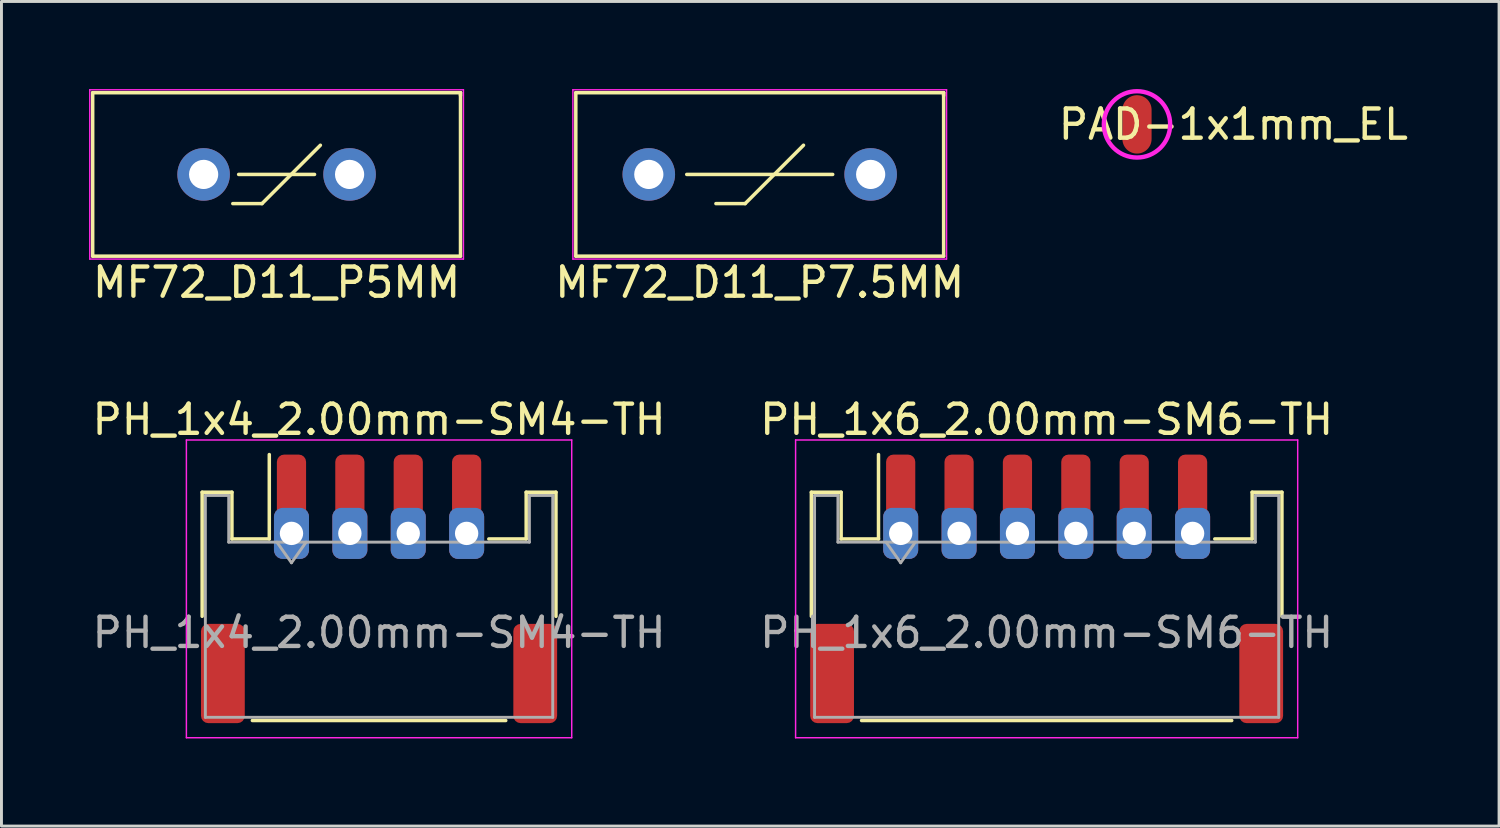
<source format=kicad_pcb>
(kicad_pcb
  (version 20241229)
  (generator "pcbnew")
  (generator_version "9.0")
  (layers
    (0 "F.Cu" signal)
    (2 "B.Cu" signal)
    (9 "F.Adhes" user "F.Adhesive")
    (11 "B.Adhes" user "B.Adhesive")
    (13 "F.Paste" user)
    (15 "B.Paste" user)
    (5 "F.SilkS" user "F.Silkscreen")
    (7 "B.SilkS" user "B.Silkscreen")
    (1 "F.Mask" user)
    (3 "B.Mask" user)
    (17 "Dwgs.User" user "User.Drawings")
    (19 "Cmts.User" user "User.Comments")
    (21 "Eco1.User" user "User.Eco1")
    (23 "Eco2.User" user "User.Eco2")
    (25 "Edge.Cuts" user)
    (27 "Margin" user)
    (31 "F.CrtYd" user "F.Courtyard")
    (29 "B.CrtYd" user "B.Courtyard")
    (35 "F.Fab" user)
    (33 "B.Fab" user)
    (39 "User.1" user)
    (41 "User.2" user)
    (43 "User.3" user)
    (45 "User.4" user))
  (footprint "PH_1x6_2.00mm-SM6-TH"
    (layer "F.Cu")
    (at 32.804 17.122)
    (property "Reference" "PH_1x6_2.00mm-SM6-TH" (at 0 -5.8 0) (layer "F.SilkS") (effects (font (size 1 1) (thickness 0.15))))
    (attr smd)
    (fp_line (start -8.06 -3.31) (end -7.04 -3.31) (stroke (width 0.12) (type solid)) (layer "F.SilkS"))
    (fp_line (start -8.06 0.94) (end -8.06 -3.31) (stroke (width 0.12) (type solid)) (layer "F.SilkS"))
    (fp_line (start -7.04 -3.31) (end -7.04 -1.71) (stroke (width 0.12) (type solid)) (layer "F.SilkS"))
    (fp_line (start -7.04 -1.71) (end -5.76 -1.71) (stroke (width 0.12) (type solid)) (layer "F.SilkS"))
    (fp_line (start -6.34 4.51) (end 6.34 4.51) (stroke (width 0.12) (type solid)) (layer "F.SilkS"))
    (fp_line (start -5.76 -1.71) (end -5.76 -4.6) (stroke (width 0.12) (type solid)) (layer "F.SilkS"))
    (fp_line (start 7.04 -3.31) (end 7.04 -1.71) (stroke (width 0.12) (type solid)) (layer "F.SilkS"))
    (fp_line (start 7.04 -1.71) (end 5.76 -1.71) (stroke (width 0.12) (type solid)) (layer "F.SilkS"))
    (fp_line (start 8.06 -3.31) (end 7.04 -3.31) (stroke (width 0.12) (type solid)) (layer "F.SilkS"))
    (fp_line (start 8.06 0.94) (end 8.06 -3.31) (stroke (width 0.12) (type solid)) (layer "F.SilkS"))
    (fp_line (start -8.6 -5.1) (end -8.6 5.1) (stroke (width 0.05) (type solid)) (layer "F.CrtYd"))
    (fp_line (start -8.6 5.1) (end 8.6 5.1) (stroke (width 0.05) (type solid)) (layer "F.CrtYd"))
    (fp_line (start 8.6 -5.1) (end -8.6 -5.1) (stroke (width 0.05) (type solid)) (layer "F.CrtYd"))
    (fp_line (start 8.6 5.1) (end 8.6 -5.1) (stroke (width 0.05) (type solid)) (layer "F.CrtYd"))
    (fp_line (start -7.95 -3.2) (end -7.95 4.4) (stroke (width 0.1) (type solid)) (layer "F.Fab"))
    (fp_line (start -7.95 -3.2) (end -7.15 -3.2) (stroke (width 0.1) (type solid)) (layer "F.Fab"))
    (fp_line (start -7.95 4.4) (end 7.95 4.4) (stroke (width 0.1) (type solid)) (layer "F.Fab"))
    (fp_line (start -7.15 -3.2) (end -7.15 -1.6) (stroke (width 0.1) (type solid)) (layer "F.Fab"))
    (fp_line (start -7.15 -1.6) (end 7.15 -1.6) (stroke (width 0.1) (type solid)) (layer "F.Fab"))
    (fp_line (start -5.5 -1.6) (end -5 -0.893) (stroke (width 0.1) (type solid)) (layer "F.Fab"))
    (fp_line (start -5 -0.893) (end -4.5 -1.6) (stroke (width 0.1) (type solid)) (layer "F.Fab"))
    (fp_line (start 7.15 -3.2) (end 7.95 -3.2) (stroke (width 0.1) (type solid)) (layer "F.Fab"))
    (fp_line (start 7.15 -1.6) (end 7.15 -3.2) (stroke (width 0.1) (type solid)) (layer "F.Fab"))
    (fp_line (start 7.95 -3.2) (end 7.95 4.4) (stroke (width 0.1) (type solid)) (layer "F.Fab"))
    (fp_text user "${REFERENCE}" (at 0 1.5 0) (layer "F.Fab") (effects (font (size 1 1) (thickness 0.15))))
    (pad "1" smd roundrect (at -5 -2.85) (size 1 3.5) (layers "F.Cu" "F.Mask" "F.Paste") (roundrect_rratio 0.25))
    (pad "1" thru_hole roundrect (at -5 -1.9) (size 1.2 1.75) (drill 0.8) (layers "*.Cu" "*.Mask") (roundrect_rratio 0.25))
    (pad "2" smd roundrect (at -3 -2.85) (size 1 3.5) (layers "F.Cu" "F.Mask" "F.Paste") (roundrect_rratio 0.25))
    (pad "2" thru_hole roundrect (at -3 -1.9) (size 1.2 1.75) (drill 0.8) (layers "*.Cu" "*.Mask") (roundrect_rratio 0.25))
    (pad "3" smd roundrect (at -1 -2.85) (size 1 3.5) (layers "F.Cu" "F.Mask" "F.Paste") (roundrect_rratio 0.25))
    (pad "3" thru_hole roundrect (at -1 -1.9) (size 1.2 1.75) (drill 0.8) (layers "*.Cu" "*.Mask") (roundrect_rratio 0.25))
    (pad "4" smd roundrect (at 1 -2.85) (size 1 3.5) (layers "F.Cu" "F.Mask" "F.Paste") (roundrect_rratio 0.25))
    (pad "4" thru_hole roundrect (at 1 -1.9) (size 1.2 1.75) (drill 0.8) (layers "*.Cu" "*.Mask") (roundrect_rratio 0.25))
    (pad "5" smd roundrect (at 3 -2.85) (size 1 3.5) (layers "F.Cu" "F.Mask" "F.Paste") (roundrect_rratio 0.25))
    (pad "5" thru_hole roundrect (at 3 -1.9) (size 1.2 1.75) (drill 0.8) (layers "*.Cu" "*.Mask") (roundrect_rratio 0.25))
    (pad "6" smd roundrect (at 5 -2.85) (size 1 3.5) (layers "F.Cu" "F.Mask" "F.Paste") (roundrect_rratio 0.25))
    (pad "6" thru_hole roundrect (at 5 -1.9) (size 1.2 1.75) (drill 0.8) (layers "*.Cu" "*.Mask") (roundrect_rratio 0.25))
    (pad "MP" smd roundrect (at -7.35 2.9) (size 1.5 3.4) (layers "F.Cu" "F.Mask" "F.Paste") (roundrect_rratio 0.167))
    (pad "MP" smd roundrect (at 7.35 2.9) (size 1.5 3.4) (layers "F.Cu" "F.Mask" "F.Paste") (roundrect_rratio 0.167)))
  (footprint "MF72_D11_P5MM"
    (layer "F.Cu")
    (at 6.425 2.925)
    (property "Reference" "MF72_D11_P5MM" (at 0 3.7 0) (layer "F.SilkS") (effects (font (size 1 1) (thickness 0.15))))
    (attr through_hole)
    (fp_line (start -6.3 -2.8) (end -6.3 2.8) (stroke (width 0.12) (type solid)) (layer "F.SilkS"))
    (fp_line (start -6.3 -2.8) (end 6.3 -2.8) (stroke (width 0.12) (type solid)) (layer "F.SilkS"))
    (fp_line (start -6.3 2.8) (end 6.3 2.8) (stroke (width 0.12) (type solid)) (layer "F.SilkS"))
    (fp_line (start -1.3 0) (end 1.3 0) (stroke (width 0.12) (type solid)) (layer "F.SilkS"))
    (fp_line (start -0.5 1) (end -1.5 1) (stroke (width 0.12) (type solid)) (layer "F.SilkS"))
    (fp_line (start 1.5 -1) (end -0.5 1) (stroke (width 0.12) (type solid)) (layer "F.SilkS"))
    (fp_line (start 6.3 -2.8) (end 6.3 -2.7) (stroke (width 0.12) (type solid)) (layer "F.SilkS"))
    (fp_line (start 6.3 2.8) (end 6.3 -2.8) (stroke (width 0.12) (type solid)) (layer "F.SilkS"))
    (fp_line (start -6.4 -2.9) (end 6.4 -2.9) (stroke (width 0.05) (type solid)) (layer "F.CrtYd"))
    (fp_line (start -6.4 2.9) (end -6.4 -2.9) (stroke (width 0.05) (type solid)) (layer "F.CrtYd"))
    (fp_line (start 6.4 -2.9) (end 6.4 2.9) (stroke (width 0.05) (type solid)) (layer "F.CrtYd"))
    (fp_line (start 6.4 2.9) (end -6.4 2.9) (stroke (width 0.05) (type solid)) (layer "F.CrtYd"))
    (pad "1" thru_hole circle (at -2.5 0) (size 1.8 1.8) (drill 1) (layers "*.Cu" "*.Mask"))
    (pad "2" thru_hole circle (at 2.5 0) (size 1.8 1.8) (drill 1) (layers "*.Cu" "*.Mask")))
  (footprint "MF72_D11_P7.5MM"
    (layer "F.Cu")
    (at 22.975 2.925)
    (property "Reference" "MF72_D11_P7.5MM" (at 0 3.7 0) (layer "F.SilkS") (effects (font (size 1 1) (thickness 0.15))))
    (attr through_hole)
    (fp_line (start -6.3 -2.8) (end -6.3 2.8) (stroke (width 0.12) (type solid)) (layer "F.SilkS"))
    (fp_line (start -6.3 -2.8) (end 6.3 -2.8) (stroke (width 0.12) (type solid)) (layer "F.SilkS"))
    (fp_line (start -6.3 2.8) (end 6.3 2.8) (stroke (width 0.12) (type solid)) (layer "F.SilkS"))
    (fp_line (start -2.5 0) (end 2.5 0) (stroke (width 0.12) (type solid)) (layer "F.SilkS"))
    (fp_line (start -0.5 1) (end -1.5 1) (stroke (width 0.12) (type solid)) (layer "F.SilkS"))
    (fp_line (start 1.5 -1) (end -0.5 1) (stroke (width 0.12) (type solid)) (layer "F.SilkS"))
    (fp_line (start 6.3 -2.8) (end 6.3 -2.7) (stroke (width 0.12) (type solid)) (layer "F.SilkS"))
    (fp_line (start 6.3 2.8) (end 6.3 -2.8) (stroke (width 0.12) (type solid)) (layer "F.SilkS"))
    (fp_line (start -6.4 -2.9) (end 6.4 -2.9) (stroke (width 0.05) (type solid)) (layer "F.CrtYd"))
    (fp_line (start -6.4 2.9) (end -6.4 -2.9) (stroke (width 0.05) (type solid)) (layer "F.CrtYd"))
    (fp_line (start 6.4 -2.9) (end 6.4 2.9) (stroke (width 0.05) (type solid)) (layer "F.CrtYd"))
    (fp_line (start 6.4 2.9) (end -6.4 2.9) (stroke (width 0.05) (type solid)) (layer "F.CrtYd"))
    (pad "1" thru_hole circle (at -3.8 0) (size 1.8 1.8) (drill 1) (layers "*.Cu" "*.Mask"))
    (pad "2" thru_hole circle (at 3.8 0) (size 1.8 1.8) (drill 1) (layers "*.Cu" "*.Mask")))
  (footprint "PH_1x4_2.00mm-SM4-TH"
    (layer "F.Cu")
    (at 9.935 17.122)
    (property "Reference" "PH_1x4_2.00mm-SM4-TH" (at 0 -5.8 0) (layer "F.SilkS") (effects (font (size 1 1) (thickness 0.15))))
    (attr smd)
    (fp_line (start -6.06 -3.31) (end -5.04 -3.31) (stroke (width 0.12) (type solid)) (layer "F.SilkS"))
    (fp_line (start -6.06 0.94) (end -6.06 -3.31) (stroke (width 0.12) (type solid)) (layer "F.SilkS"))
    (fp_line (start -5.04 -3.31) (end -5.04 -1.71) (stroke (width 0.12) (type solid)) (layer "F.SilkS"))
    (fp_line (start -5.04 -1.71) (end -3.76 -1.71) (stroke (width 0.12) (type solid)) (layer "F.SilkS"))
    (fp_line (start -4.34 4.51) (end 4.34 4.51) (stroke (width 0.12) (type solid)) (layer "F.SilkS"))
    (fp_line (start -3.76 -1.71) (end -3.76 -4.6) (stroke (width 0.12) (type solid)) (layer "F.SilkS"))
    (fp_line (start 5.04 -3.31) (end 5.04 -1.71) (stroke (width 0.12) (type solid)) (layer "F.SilkS"))
    (fp_line (start 5.04 -1.71) (end 3.76 -1.71) (stroke (width 0.12) (type solid)) (layer "F.SilkS"))
    (fp_line (start 6.06 -3.31) (end 5.04 -3.31) (stroke (width 0.12) (type solid)) (layer "F.SilkS"))
    (fp_line (start 6.06 0.94) (end 6.06 -3.31) (stroke (width 0.12) (type solid)) (layer "F.SilkS"))
    (fp_line (start -6.6 -5.1) (end -6.6 5.1) (stroke (width 0.05) (type solid)) (layer "F.CrtYd"))
    (fp_line (start -6.6 5.1) (end 6.6 5.1) (stroke (width 0.05) (type solid)) (layer "F.CrtYd"))
    (fp_line (start 6.6 -5.1) (end -6.6 -5.1) (stroke (width 0.05) (type solid)) (layer "F.CrtYd"))
    (fp_line (start 6.6 5.1) (end 6.6 -5.1) (stroke (width 0.05) (type solid)) (layer "F.CrtYd"))
    (fp_line (start -5.95 -3.2) (end -5.95 4.4) (stroke (width 0.1) (type solid)) (layer "F.Fab"))
    (fp_line (start -5.95 -3.2) (end -5.15 -3.2) (stroke (width 0.1) (type solid)) (layer "F.Fab"))
    (fp_line (start -5.95 4.4) (end 5.95 4.4) (stroke (width 0.1) (type solid)) (layer "F.Fab"))
    (fp_line (start -5.15 -3.2) (end -5.15 -1.6) (stroke (width 0.1) (type solid)) (layer "F.Fab"))
    (fp_line (start -5.15 -1.6) (end 5.15 -1.6) (stroke (width 0.1) (type solid)) (layer "F.Fab"))
    (fp_line (start -3.5 -1.6) (end -3 -0.893) (stroke (width 0.1) (type solid)) (layer "F.Fab"))
    (fp_line (start -3 -0.893) (end -2.5 -1.6) (stroke (width 0.1) (type solid)) (layer "F.Fab"))
    (fp_line (start 5.15 -3.2) (end 5.95 -3.2) (stroke (width 0.1) (type solid)) (layer "F.Fab"))
    (fp_line (start 5.15 -1.6) (end 5.15 -3.2) (stroke (width 0.1) (type solid)) (layer "F.Fab"))
    (fp_line (start 5.95 -3.2) (end 5.95 4.4) (stroke (width 0.1) (type solid)) (layer "F.Fab"))
    (fp_text user "${REFERENCE}" (at 0 1.5 0) (layer "F.Fab") (effects (font (size 1 1) (thickness 0.15))))
    (pad "1" smd roundrect (at -3 -2.85) (size 1 3.5) (layers "F.Cu" "F.Mask" "F.Paste") (roundrect_rratio 0.25))
    (pad "1" thru_hole roundrect (at -3 -1.9) (size 1.2 1.75) (drill 0.8) (layers "*.Cu" "*.Mask") (roundrect_rratio 0.25))
    (pad "2" smd roundrect (at -1 -2.85) (size 1 3.5) (layers "F.Cu" "F.Mask" "F.Paste") (roundrect_rratio 0.25))
    (pad "2" thru_hole roundrect (at -1 -1.9) (size 1.2 1.75) (drill 0.8) (layers "*.Cu" "*.Mask") (roundrect_rratio 0.25))
    (pad "3" smd roundrect (at 1 -2.85) (size 1 3.5) (layers "F.Cu" "F.Mask" "F.Paste") (roundrect_rratio 0.25))
    (pad "3" thru_hole roundrect (at 1 -1.9) (size 1.2 1.75) (drill 0.8) (layers "*.Cu" "*.Mask") (roundrect_rratio 0.25))
    (pad "4" smd roundrect (at 3 -2.85) (size 1 3.5) (layers "F.Cu" "F.Mask" "F.Paste") (roundrect_rratio 0.25))
    (pad "4" thru_hole roundrect (at 3 -1.9) (size 1.2 1.75) (drill 0.8) (layers "*.Cu" "*.Mask") (roundrect_rratio 0.25))
    (pad "MP" smd roundrect (at -5.35 2.9) (size 1.5 3.4) (layers "F.Cu" "F.Mask" "F.Paste") (roundrect_rratio 0.167))
    (pad "MP" smd roundrect (at 5.35 2.9) (size 1.5 3.4) (layers "F.Cu" "F.Mask" "F.Paste") (roundrect_rratio 0.167)))
  (footprint "PAD-1x1mm_EL"
    (layer "F.Cu")
    (at 35.899 1.211)
    (property "Reference" "PAD-1x1mm_EL" (at 3.302 0 0) (layer "F.SilkS") (effects (font (size 1 1) (thickness 0.15))))
    (attr through_hole)
    (fp_circle (center 0 0) (end 1.136 0) (stroke (width 0.15) (type solid)) (fill no) (layer "F.CrtYd"))
    (pad "1" smd oval (at 0 0) (size 1 2) (layers "F.Cu" "F.Mask")))
  (gr_rect
    (start -3 -3)
    (end 48.302 25.247)
    (stroke (width 0.1) (type default))
    (fill no)
    (layer "Edge.Cuts")))
</source>
